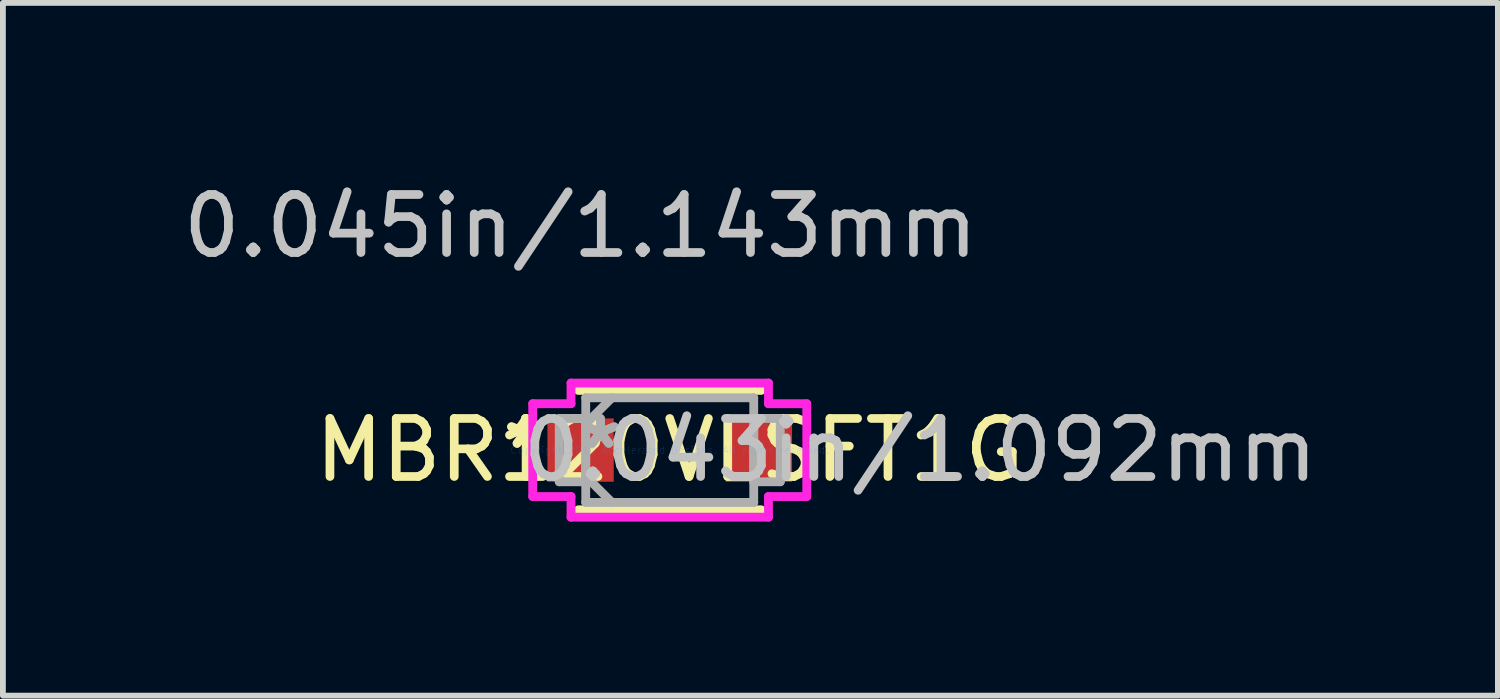
<source format=kicad_pcb>
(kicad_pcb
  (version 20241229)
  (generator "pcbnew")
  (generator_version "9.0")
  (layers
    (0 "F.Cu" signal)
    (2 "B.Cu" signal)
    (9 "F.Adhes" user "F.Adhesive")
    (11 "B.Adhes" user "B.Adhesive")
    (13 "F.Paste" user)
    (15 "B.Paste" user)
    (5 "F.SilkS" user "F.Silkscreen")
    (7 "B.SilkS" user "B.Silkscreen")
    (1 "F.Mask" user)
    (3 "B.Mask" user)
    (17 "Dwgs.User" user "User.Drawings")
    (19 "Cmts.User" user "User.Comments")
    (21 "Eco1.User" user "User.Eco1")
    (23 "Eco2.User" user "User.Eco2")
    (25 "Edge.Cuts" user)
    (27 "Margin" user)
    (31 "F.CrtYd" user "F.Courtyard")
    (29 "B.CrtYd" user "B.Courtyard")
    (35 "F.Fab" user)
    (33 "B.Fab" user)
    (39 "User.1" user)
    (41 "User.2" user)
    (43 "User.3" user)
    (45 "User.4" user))
  (footprint "MBR120VLSFT1G"
    (layer "F.Cu")
    (at 8.495 4.709)
    (property "Reference" "MBR120VLSFT1G" (at 0 0 0) (layer "F.SilkS") (effects (font (size 1 1) (thickness 0.15))))
    (attr through_hole)
    (fp_line (start -1.575 1.029) (end 1.575 1.029) (stroke (width 0.152) (type solid)) (layer "F.SilkS"))
    (fp_line (start 1.575 -1.029) (end -1.575 -1.029) (stroke (width 0.152) (type solid)) (layer "F.SilkS"))
    (fp_line (start -2.362 -0.8) (end -1.702 -0.8) (stroke (width 0.152) (type solid)) (layer "F.CrtYd"))
    (fp_line (start -2.362 0.8) (end -2.362 -0.8) (stroke (width 0.152) (type solid)) (layer "F.CrtYd"))
    (fp_line (start -1.702 -1.156) (end 1.702 -1.156) (stroke (width 0.152) (type solid)) (layer "F.CrtYd"))
    (fp_line (start -1.702 -0.8) (end -1.702 -1.156) (stroke (width 0.152) (type solid)) (layer "F.CrtYd"))
    (fp_line (start -1.702 0.8) (end -2.362 0.8) (stroke (width 0.152) (type solid)) (layer "F.CrtYd"))
    (fp_line (start -1.702 1.156) (end -1.702 0.8) (stroke (width 0.152) (type solid)) (layer "F.CrtYd"))
    (fp_line (start 1.702 -1.156) (end 1.702 -0.8) (stroke (width 0.152) (type solid)) (layer "F.CrtYd"))
    (fp_line (start 1.702 -0.8) (end 2.362 -0.8) (stroke (width 0.152) (type solid)) (layer "F.CrtYd"))
    (fp_line (start 1.702 0.8) (end 1.702 1.156) (stroke (width 0.152) (type solid)) (layer "F.CrtYd"))
    (fp_line (start 1.702 1.156) (end -1.702 1.156) (stroke (width 0.152) (type solid)) (layer "F.CrtYd"))
    (fp_line (start 2.362 -0.8) (end 2.362 0.8) (stroke (width 0.152) (type solid)) (layer "F.CrtYd"))
    (fp_line (start 2.362 0.8) (end 1.702 0.8) (stroke (width 0.152) (type solid)) (layer "F.CrtYd"))
    (fp_line (start -1.905 -0.546) (end -1.905 0.546) (stroke (width 0.152) (type solid)) (layer "F.Fab"))
    (fp_line (start -1.905 0.546) (end -1.448 0.546) (stroke (width 0.152) (type solid)) (layer "F.Fab"))
    (fp_line (start -1.448 -0.902) (end -1.448 0.902) (stroke (width 0.152) (type solid)) (layer "F.Fab"))
    (fp_line (start -1.448 -0.546) (end -1.905 -0.546) (stroke (width 0.152) (type solid)) (layer "F.Fab"))
    (fp_line (start -1.448 -0.451) (end -0.997 -0.902) (stroke (width 0.152) (type solid)) (layer "F.Fab"))
    (fp_line (start -1.448 0.451) (end -0.997 0.902) (stroke (width 0.152) (type solid)) (layer "F.Fab"))
    (fp_line (start -1.448 0.546) (end -1.448 -0.546) (stroke (width 0.152) (type solid)) (layer "F.Fab"))
    (fp_line (start -1.448 0.902) (end 1.448 0.902) (stroke (width 0.152) (type solid)) (layer "F.Fab"))
    (fp_line (start 1.448 -0.902) (end -1.448 -0.902) (stroke (width 0.152) (type solid)) (layer "F.Fab"))
    (fp_line (start 1.448 -0.546) (end 1.448 0.546) (stroke (width 0.152) (type solid)) (layer "F.Fab"))
    (fp_line (start 1.448 0.546) (end 1.905 0.546) (stroke (width 0.152) (type solid)) (layer "F.Fab"))
    (fp_line (start 1.448 0.902) (end 1.448 -0.902) (stroke (width 0.152) (type solid)) (layer "F.Fab"))
    (fp_line (start 1.905 -0.546) (end 1.448 -0.546) (stroke (width 0.152) (type solid)) (layer "F.Fab"))
    (fp_line (start 1.905 0.546) (end 1.905 -0.546) (stroke (width 0.152) (type solid)) (layer "F.Fab"))
    (fp_text user "*" (at -2.489 0 0) (layer "F.SilkS") (effects (font (size 1 1) (thickness 0.15))))
    (fp_text user "*" (at -2.489 0 0) (layer "F.SilkS") (effects (font (size 1 1) (thickness 0.15))))
    (fp_text user "0.043in/1.092mm" (at 4.318 0 0) (layer "Dwgs.User") (effects (font (size 1 1) (thickness 0.15))))
    (fp_text user "0.045in/1.143mm" (at -1.537 -3.861 0) (layer "Dwgs.User") (effects (font (size 1 1) (thickness 0.15))))
    (fp_text user "Copyright 2016 Accelerated Designs. All rights reserved." (at 0 0 0) (layer "Cmts.User") (effects (font (size 0.127 0.127) (thickness 0.002))))
    (fp_text user "*" (at -1.194 0 0) (layer "F.Fab") (effects (font (size 1 1) (thickness 0.15))))
    (fp_text user "*" (at -1.194 0 0) (layer "F.Fab") (effects (font (size 1 1) (thickness 0.15))))
    (pad "1" smd rect (at -1.537 0) (size 1.143 1.092) (layers "F.Cu" "F.Mask" "F.Paste"))
    (pad "2" smd rect (at 1.537 0) (size 1.143 1.092) (layers "F.Cu" "F.Mask" "F.Paste")))
  (gr_rect
    (start -3 -3)
    (end 22.771 8.941)
    (stroke (width 0.1) (type default))
    (fill no)
    (layer "Edge.Cuts")))
</source>
